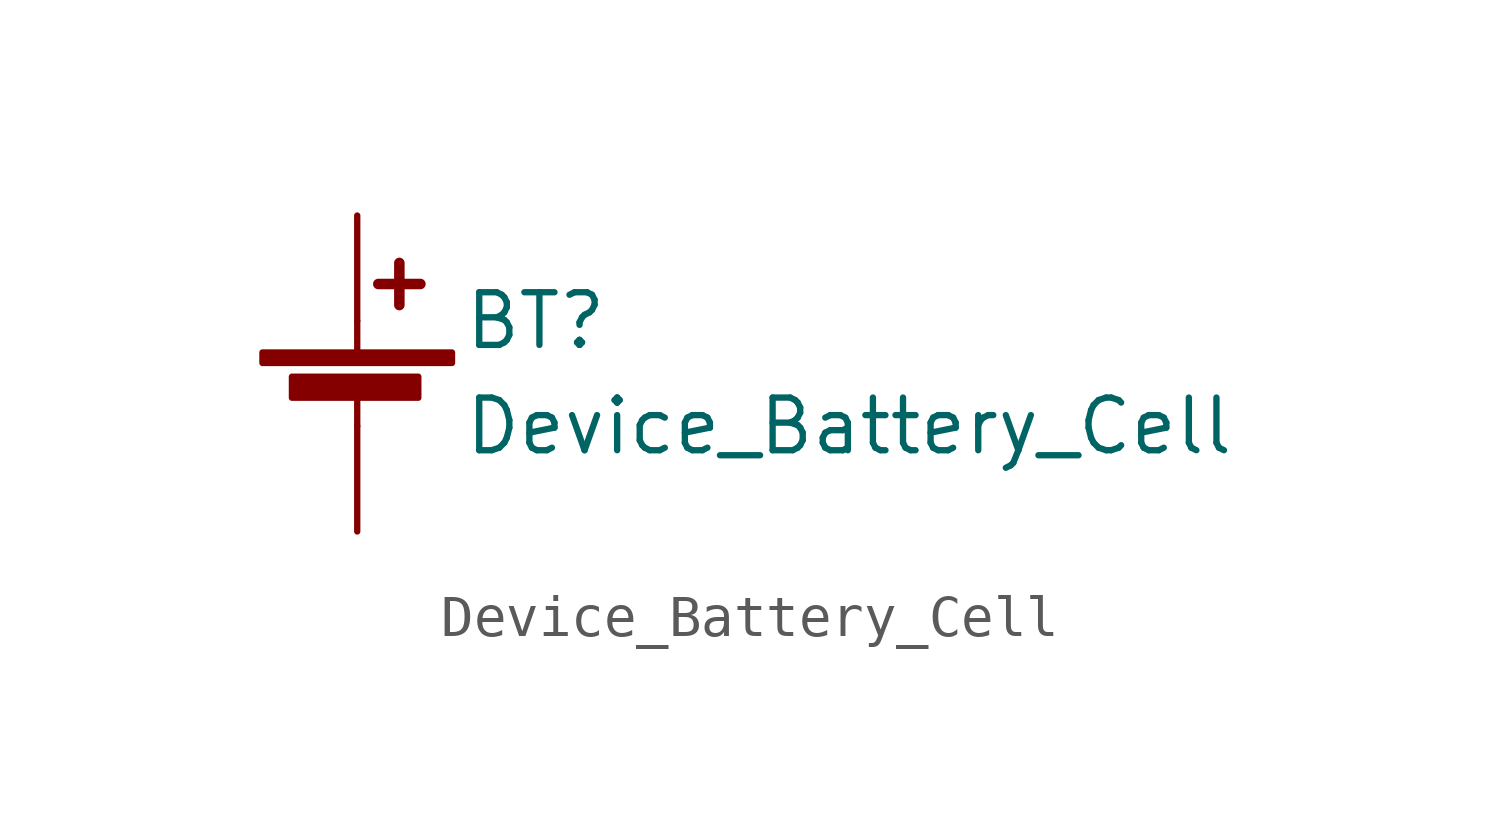
<source format=kicad_sym>
(kicad_symbol_lib
  (version 20220914)
  (generator kicad_symbol_editor)
  (symbol "Device_Battery_Cell"
    (pin_numbers hide)
    (pin_names
      (offset 0) hide)
    (property "Reference" "BT"
      (at 2.54 2.54 0)
      (effects (font (size 1.27 1.27)) (justify left)))
    (property "Value" "Device_Battery_Cell"
      (at 2.54 0 0)
      (effects (font (size 1.27 1.27)) (justify left)))
    (symbol "Device_Battery_Cell_0_1"
      (rectangle (start -2.286 1.778) (end 2.286 1.524) (stroke (width 0) (type solid)) (fill (type outline)))
      (rectangle (start -1.575 1.194) (end 1.473 0.686) (stroke (width 0) (type solid)) (fill (type outline)))
      (polyline (pts (xy 0 0.762) (xy 0 0)) (stroke (width 0) (type solid)) (fill (type none)))
      (polyline (pts (xy 0 1.778) (xy 0 2.54)) (stroke (width 0) (type solid)) (fill (type none)))
      (polyline (pts (xy 0.508 3.429) (xy 1.524 3.429)) (stroke (width 0.254) (type solid)) (fill (type none)))
      (polyline (pts (xy 1.016 3.937) (xy 1.016 2.921)) (stroke (width 0.254) (type solid)) (fill (type none))))
    (symbol "Device_Battery_Cell_1_1"
      (pin passive line (at 0 5.08 270) (length 2.54) (name "+" (effects (font (size 1.27 1.27)))) (number "1" (effects (font (size 1.27 1.27)))))
      (pin passive line (at 0 -2.54 90) (length 2.54) (name "-" (effects (font (size 1.27 1.27)))) (number "2" (effects (font (size 1.27 1.27))))))))
</source>
